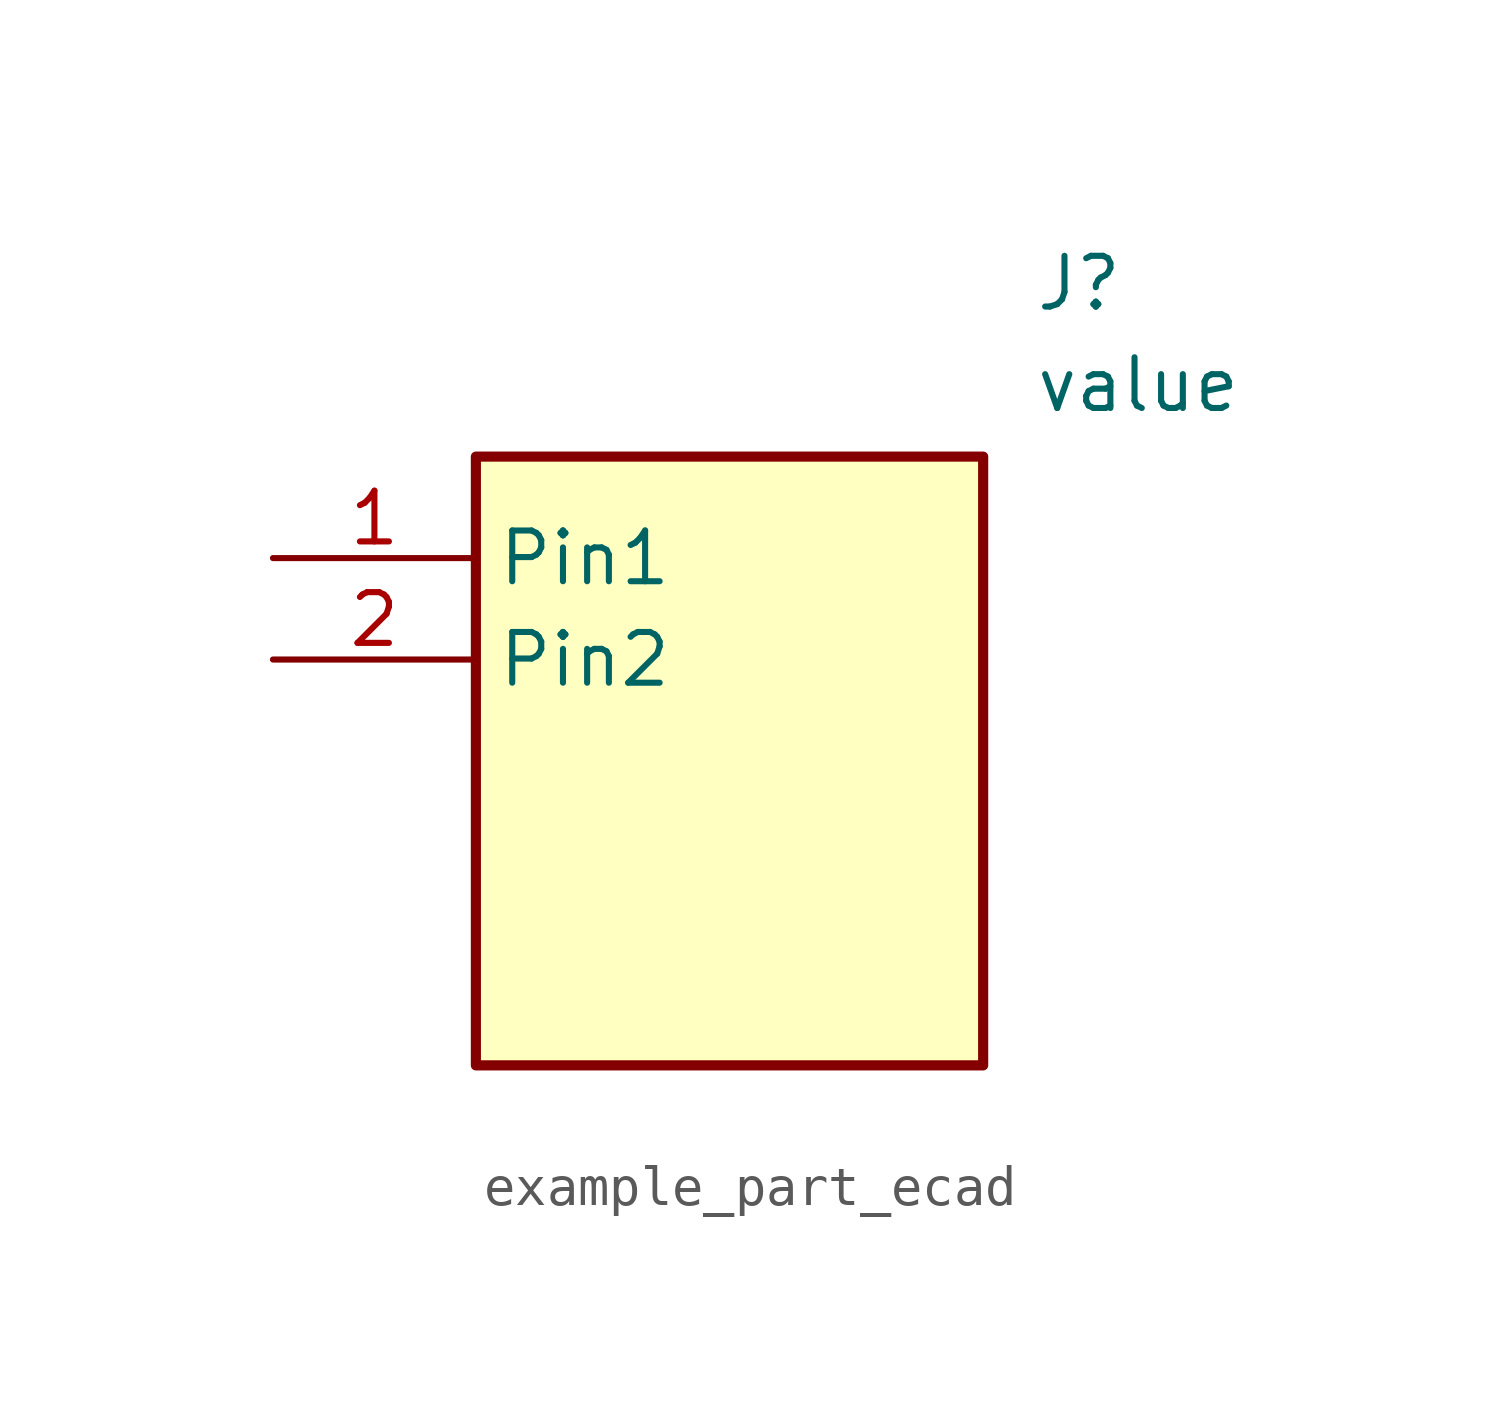
<source format=kicad_sym>
(kicad_symbol_lib
  (version 20211014)
  (generator SamacSys_ECAD_Model)
  (symbol "example_part_ecad"
    (property "Reference" "J"
      (at 19.05 7.62 0)
      (effects (font (size 1.27 1.27)) (justify left top)))
    (property "Value" "value"
      (at 19.05 5.08 0)
      (effects (font (size 1.27 1.27)) (justify left top)))
    (rectangle
      (start 5.08 2.54)
      (end 17.78 -12.7)
      (stroke (width 0.254) (type default))
      (fill (type background)))
    (pin passive line
      (at 0 0 0)
      (length 5.08)
      (name "Pin1" (effects (font (size 1.27 1.27))))
      (number "1" (effects (font (size 1.27 1.27)))))
    (pin passive line
      (at 0 -2.54 0)
      (length 5.08)
      (name "Pin2" (effects (font (size 1.27 1.27))))
      (number "2" (effects (font (size 1.27 1.27)))))))
</source>
